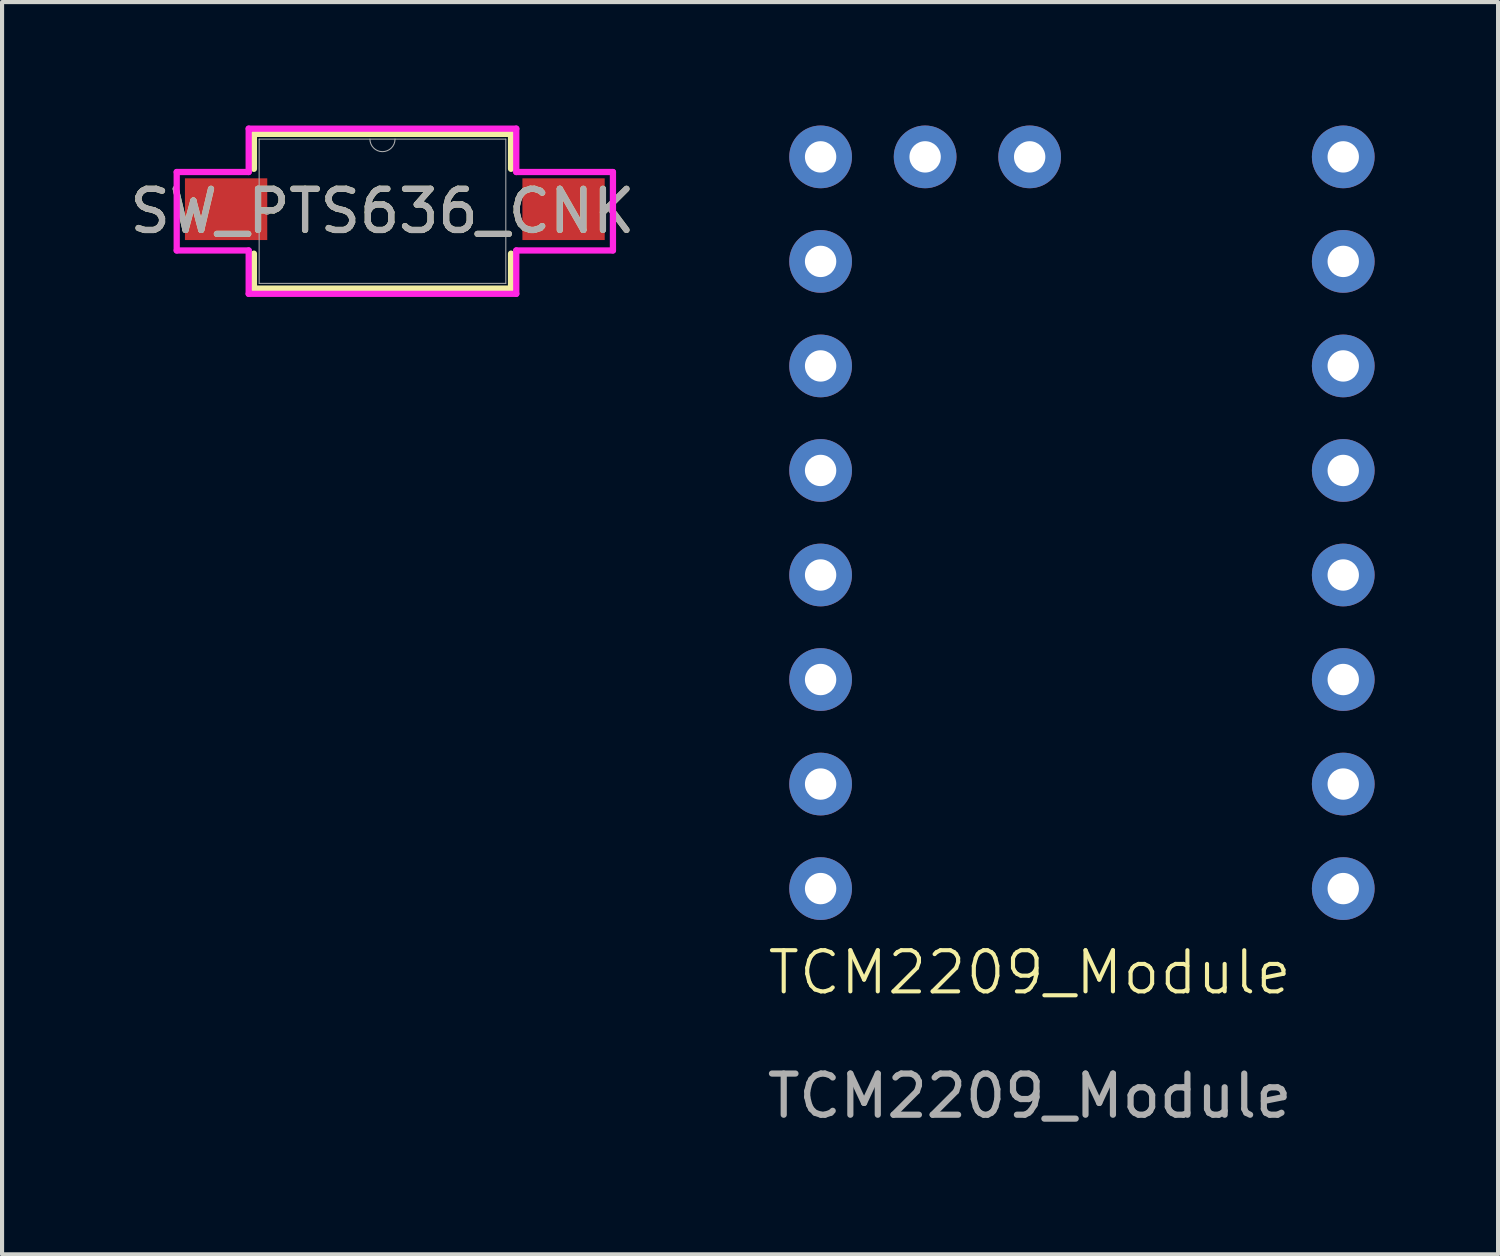
<source format=kicad_pcb>
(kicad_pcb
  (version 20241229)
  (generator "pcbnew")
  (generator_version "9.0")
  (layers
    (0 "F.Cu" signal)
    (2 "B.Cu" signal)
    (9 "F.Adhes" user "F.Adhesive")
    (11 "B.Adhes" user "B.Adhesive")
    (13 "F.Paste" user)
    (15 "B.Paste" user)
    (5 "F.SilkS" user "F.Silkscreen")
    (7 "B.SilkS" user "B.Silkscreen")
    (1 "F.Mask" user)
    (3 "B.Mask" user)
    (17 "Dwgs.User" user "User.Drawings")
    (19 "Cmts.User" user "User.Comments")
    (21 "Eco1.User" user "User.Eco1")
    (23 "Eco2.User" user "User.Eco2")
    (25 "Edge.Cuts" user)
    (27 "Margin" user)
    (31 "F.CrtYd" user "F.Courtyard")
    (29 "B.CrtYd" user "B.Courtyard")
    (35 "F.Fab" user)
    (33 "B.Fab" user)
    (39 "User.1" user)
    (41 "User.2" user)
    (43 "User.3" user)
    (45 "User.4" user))
  (footprint "TCM2209_Module"
    (layer "F.Cu")
    (at 21.97 21.082)
    (property "Reference" "TCM2209_Module" (at 0 -0.5 0) (unlocked yes) (layer "F.SilkS") (effects (font (size 1 1) (thickness 0.1))))
    (attr through_hole)
    (fp_text user "${REFERENCE}" (at 0 2.5 0) (unlocked yes) (layer "F.Fab") (effects (font (size 1 1) (thickness 0.15))))
    (pad "1" thru_hole circle (at 7.62 -7.62) (size 1.524 1.524) (drill 0.762) (layers "*.Cu" "*.Mask"))
    (pad "2" thru_hole circle (at -5.08 -20.32) (size 1.524 1.524) (drill 0.762) (layers "*.Cu" "*.Mask"))
    (pad "3" thru_hole circle (at 7.62 -2.54) (size 1.524 1.524) (drill 0.762) (layers "*.Cu" "*.Mask"))
    (pad "9" thru_hole circle (at -5.08 -17.78) (size 1.524 1.524) (drill 0.762) (layers "*.Cu" "*.Mask"))
    (pad "10" thru_hole circle (at -5.08 -15.24) (size 1.524 1.524) (drill 0.762) (layers "*.Cu" "*.Mask"))
    (pad "11" thru_hole circle (at -2.54 -20.32) (size 1.524 1.524) (drill 0.762) (layers "*.Cu" "*.Mask"))
    (pad "11" thru_hole circle (at 0 -20.32) (size 1.524 1.524) (drill 0.762) (layers "*.Cu" "*.Mask"))
    (pad "13" thru_hole circle (at -5.08 -7.62) (size 1.524 1.524) (drill 0.762) (layers "*.Cu" "*.Mask"))
    (pad "14" thru_hole circle (at -5.08 -12.7) (size 1.524 1.524) (drill 0.762) (layers "*.Cu" "*.Mask"))
    (pad "14" thru_hole circle (at -5.08 -10.16) (size 1.524 1.524) (drill 0.762) (layers "*.Cu" "*.Mask"))
    (pad "15" thru_hole circle (at 7.62 -5.08) (size 1.524 1.524) (drill 0.762) (layers "*.Cu" "*.Mask"))
    (pad "16" thru_hole circle (at -5.08 -5.08) (size 1.524 1.524) (drill 0.762) (layers "*.Cu" "*.Mask"))
    (pad "18" thru_hole circle (at 7.62 -17.78) (size 1.524 1.524) (drill 0.762) (layers "*.Cu" "*.Mask"))
    (pad "19" thru_hole circle (at -5.08 -2.54) (size 1.524 1.524) (drill 0.762) (layers "*.Cu" "*.Mask"))
    (pad "21" thru_hole circle (at 7.62 -15.24) (size 1.524 1.524) (drill 0.762) (layers "*.Cu" "*.Mask"))
    (pad "24" thru_hole circle (at 7.62 -12.7) (size 1.524 1.524) (drill 0.762) (layers "*.Cu" "*.Mask"))
    (pad "26" thru_hole circle (at 7.62 -10.16) (size 1.524 1.524) (drill 0.762) (layers "*.Cu" "*.Mask"))
    (pad "28" thru_hole circle (at 7.62 -20.32) (size 1.524 1.524) (drill 0.762) (layers "*.Cu" "*.Mask")))
  (footprint "SW_PTS636_CNK"
    (layer "F.Cu")
    (at 6.244 2.083)
    (property "Reference" "SW_PTS636_CNK" (at 0 0 0) (unlocked yes) (layer "F.SilkS") (effects (font (size 1 1) (thickness 0.15))))
    (attr smd)
    (fp_line (start -3.124 -1.88) (end -3.124 -1.031) (stroke (width 0.152) (type solid)) (layer "F.SilkS"))
    (fp_line (start -3.124 1.031) (end -3.124 1.88) (stroke (width 0.152) (type solid)) (layer "F.SilkS"))
    (fp_line (start -3.124 1.88) (end 3.124 1.88) (stroke (width 0.152) (type solid)) (layer "F.SilkS"))
    (fp_line (start 3.124 -1.88) (end -3.124 -1.88) (stroke (width 0.152) (type solid)) (layer "F.SilkS"))
    (fp_line (start 3.124 -1.031) (end 3.124 -1.88) (stroke (width 0.152) (type solid)) (layer "F.SilkS"))
    (fp_line (start 3.124 1.88) (end 3.124 1.031) (stroke (width 0.152) (type solid)) (layer "F.SilkS"))
    (fp_line (start -5 -0.953) (end -3.251 -0.953) (stroke (width 0.152) (type solid)) (layer "F.CrtYd"))
    (fp_line (start -5 0.953) (end -5 -0.953) (stroke (width 0.152) (type solid)) (layer "F.CrtYd"))
    (fp_line (start -5 0.953) (end -3.251 0.953) (stroke (width 0.152) (type solid)) (layer "F.CrtYd"))
    (fp_line (start -3.251 -2.007) (end 3.251 -2.007) (stroke (width 0.152) (type solid)) (layer "F.CrtYd"))
    (fp_line (start -3.251 -0.953) (end -3.251 -2.007) (stroke (width 0.152) (type solid)) (layer "F.CrtYd"))
    (fp_line (start -3.251 2.007) (end -3.251 0.953) (stroke (width 0.152) (type solid)) (layer "F.CrtYd"))
    (fp_line (start 3.251 -2.007) (end 3.251 -0.953) (stroke (width 0.152) (type solid)) (layer "F.CrtYd"))
    (fp_line (start 3.251 0.953) (end 3.251 2.007) (stroke (width 0.152) (type solid)) (layer "F.CrtYd"))
    (fp_line (start 3.251 2.007) (end -3.251 2.007) (stroke (width 0.152) (type solid)) (layer "F.CrtYd"))
    (fp_line (start 5.6 -0.953) (end 3.251 -0.953) (stroke (width 0.152) (type solid)) (layer "F.CrtYd"))
    (fp_line (start 5.6 -0.953) (end 5.6 0.953) (stroke (width 0.152) (type solid)) (layer "F.CrtYd"))
    (fp_line (start 5.6 0.953) (end 3.251 0.953) (stroke (width 0.152) (type solid)) (layer "F.CrtYd"))
    (fp_line (start -2.997 -1.753) (end -2.997 1.753) (stroke (width 0.025) (type solid)) (layer "F.Fab"))
    (fp_line (start -2.997 1.753) (end 2.997 1.753) (stroke (width 0.025) (type solid)) (layer "F.Fab"))
    (fp_line (start 2.997 -1.753) (end -2.997 -1.753) (stroke (width 0.025) (type solid)) (layer "F.Fab"))
    (fp_line (start 2.997 1.753) (end 2.997 -1.753) (stroke (width 0.025) (type solid)) (layer "F.Fab"))
    (fp_arc (start 0.3048 -1.7526) (mid 0 -1.4478) (end -0.3048 -1.7526) (stroke (width 0.0254) (type solid)) (layer "F.Fab"))
    (fp_circle (center -2.805 0) (end -2.729 0) (stroke (width 0.025) (type solid)) (fill no) (layer "F.Fab"))
    (fp_text user "${REFERENCE}" (at 0 0 0) (unlocked yes) (layer "F.Fab") (effects (font (size 1 1) (thickness 0.15))))
    (pad "1" smd rect (at -3.8 -0.05) (size 2 1.5) (layers "F.Cu" "F.Mask" "F.Paste"))
    (pad "2" smd rect (at 4.4 -0.05) (size 2 1.5) (layers "F.Cu" "F.Mask" "F.Paste")))
  (gr_rect
    (start -3 -3)
    (end 33.352 27.43)
    (stroke (width 0.1) (type default))
    (fill no)
    (layer "Edge.Cuts")))
</source>
